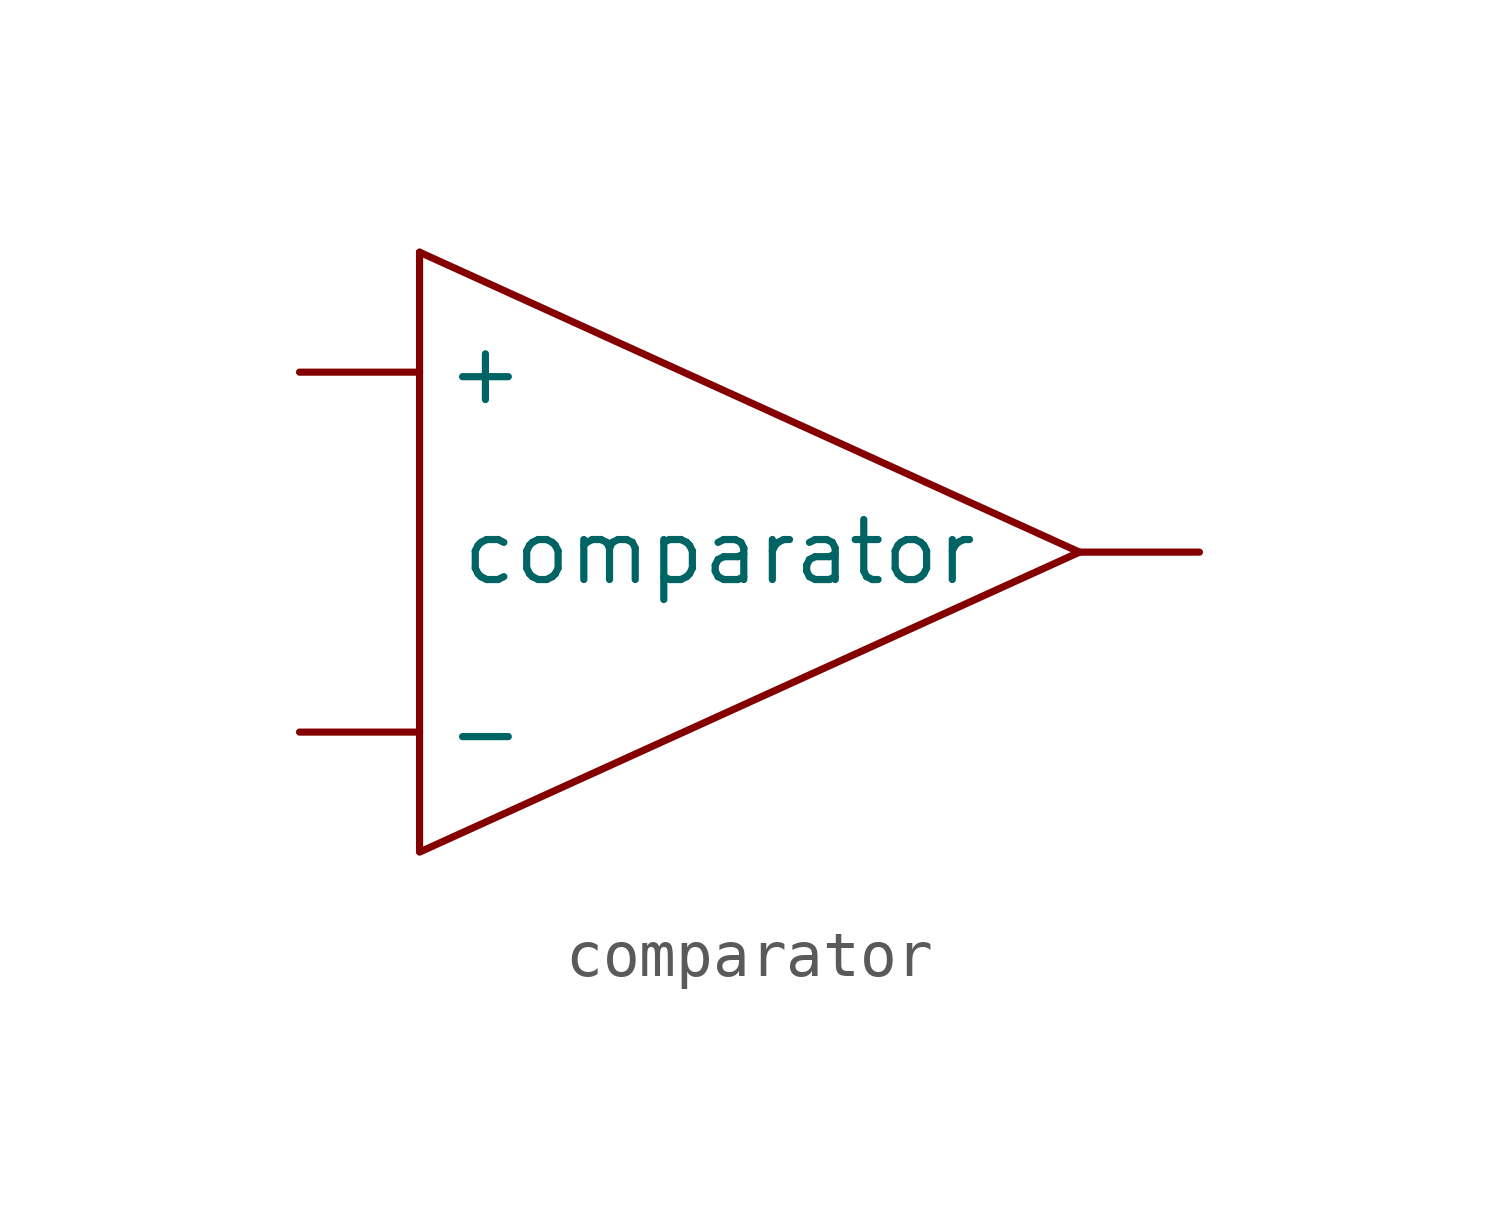
<source format=kicad_sym>
(kicad_symbol_lib
  (version 20211014)
  (generator kicad_symbol_editor)
  (symbol "comparator"
    (pin_numbers hide)
    (property "Reference" "U"
      (at -5.08 7.62 0)
      (effects (font (size 1.27 1.27)) hide))
    (property "Value" "comparator"
      (at 0 0 0)
      (effects (font (size 1.27 1.27))))
    (symbol "comparator_0_1"
      (polyline (pts (xy 7.62 0) (xy -6.35 6.35)) (stroke (width 0.152) (type default) (color 0 0 0 0)) (fill (type none)))
      (polyline (pts (xy 7.62 0) (xy -6.35 -6.35) (xy -6.35 6.35)) (stroke (width 0.152) (type default) (color 0 0 0 0)) (fill (type none))))
    (symbol "comparator_1_1"
      (pin output line (at 10.16 0 180) (length 2.54) (name "" (effects (font (size 1.27 1.27)))) (number "" (effects (font (size 1.27 1.27)))))
      (pin input line (at -8.89 3.81 0) (length 2.54) (name "+" (effects (font (size 1.27 1.27)))) (number "" (effects (font (size 1.27 1.27)))))
      (pin input line (at -8.89 -3.81 0) (length 2.54) (name "-" (effects (font (size 1.27 1.27)))) (number "" (effects (font (size 1.27 1.27))))))))
</source>
